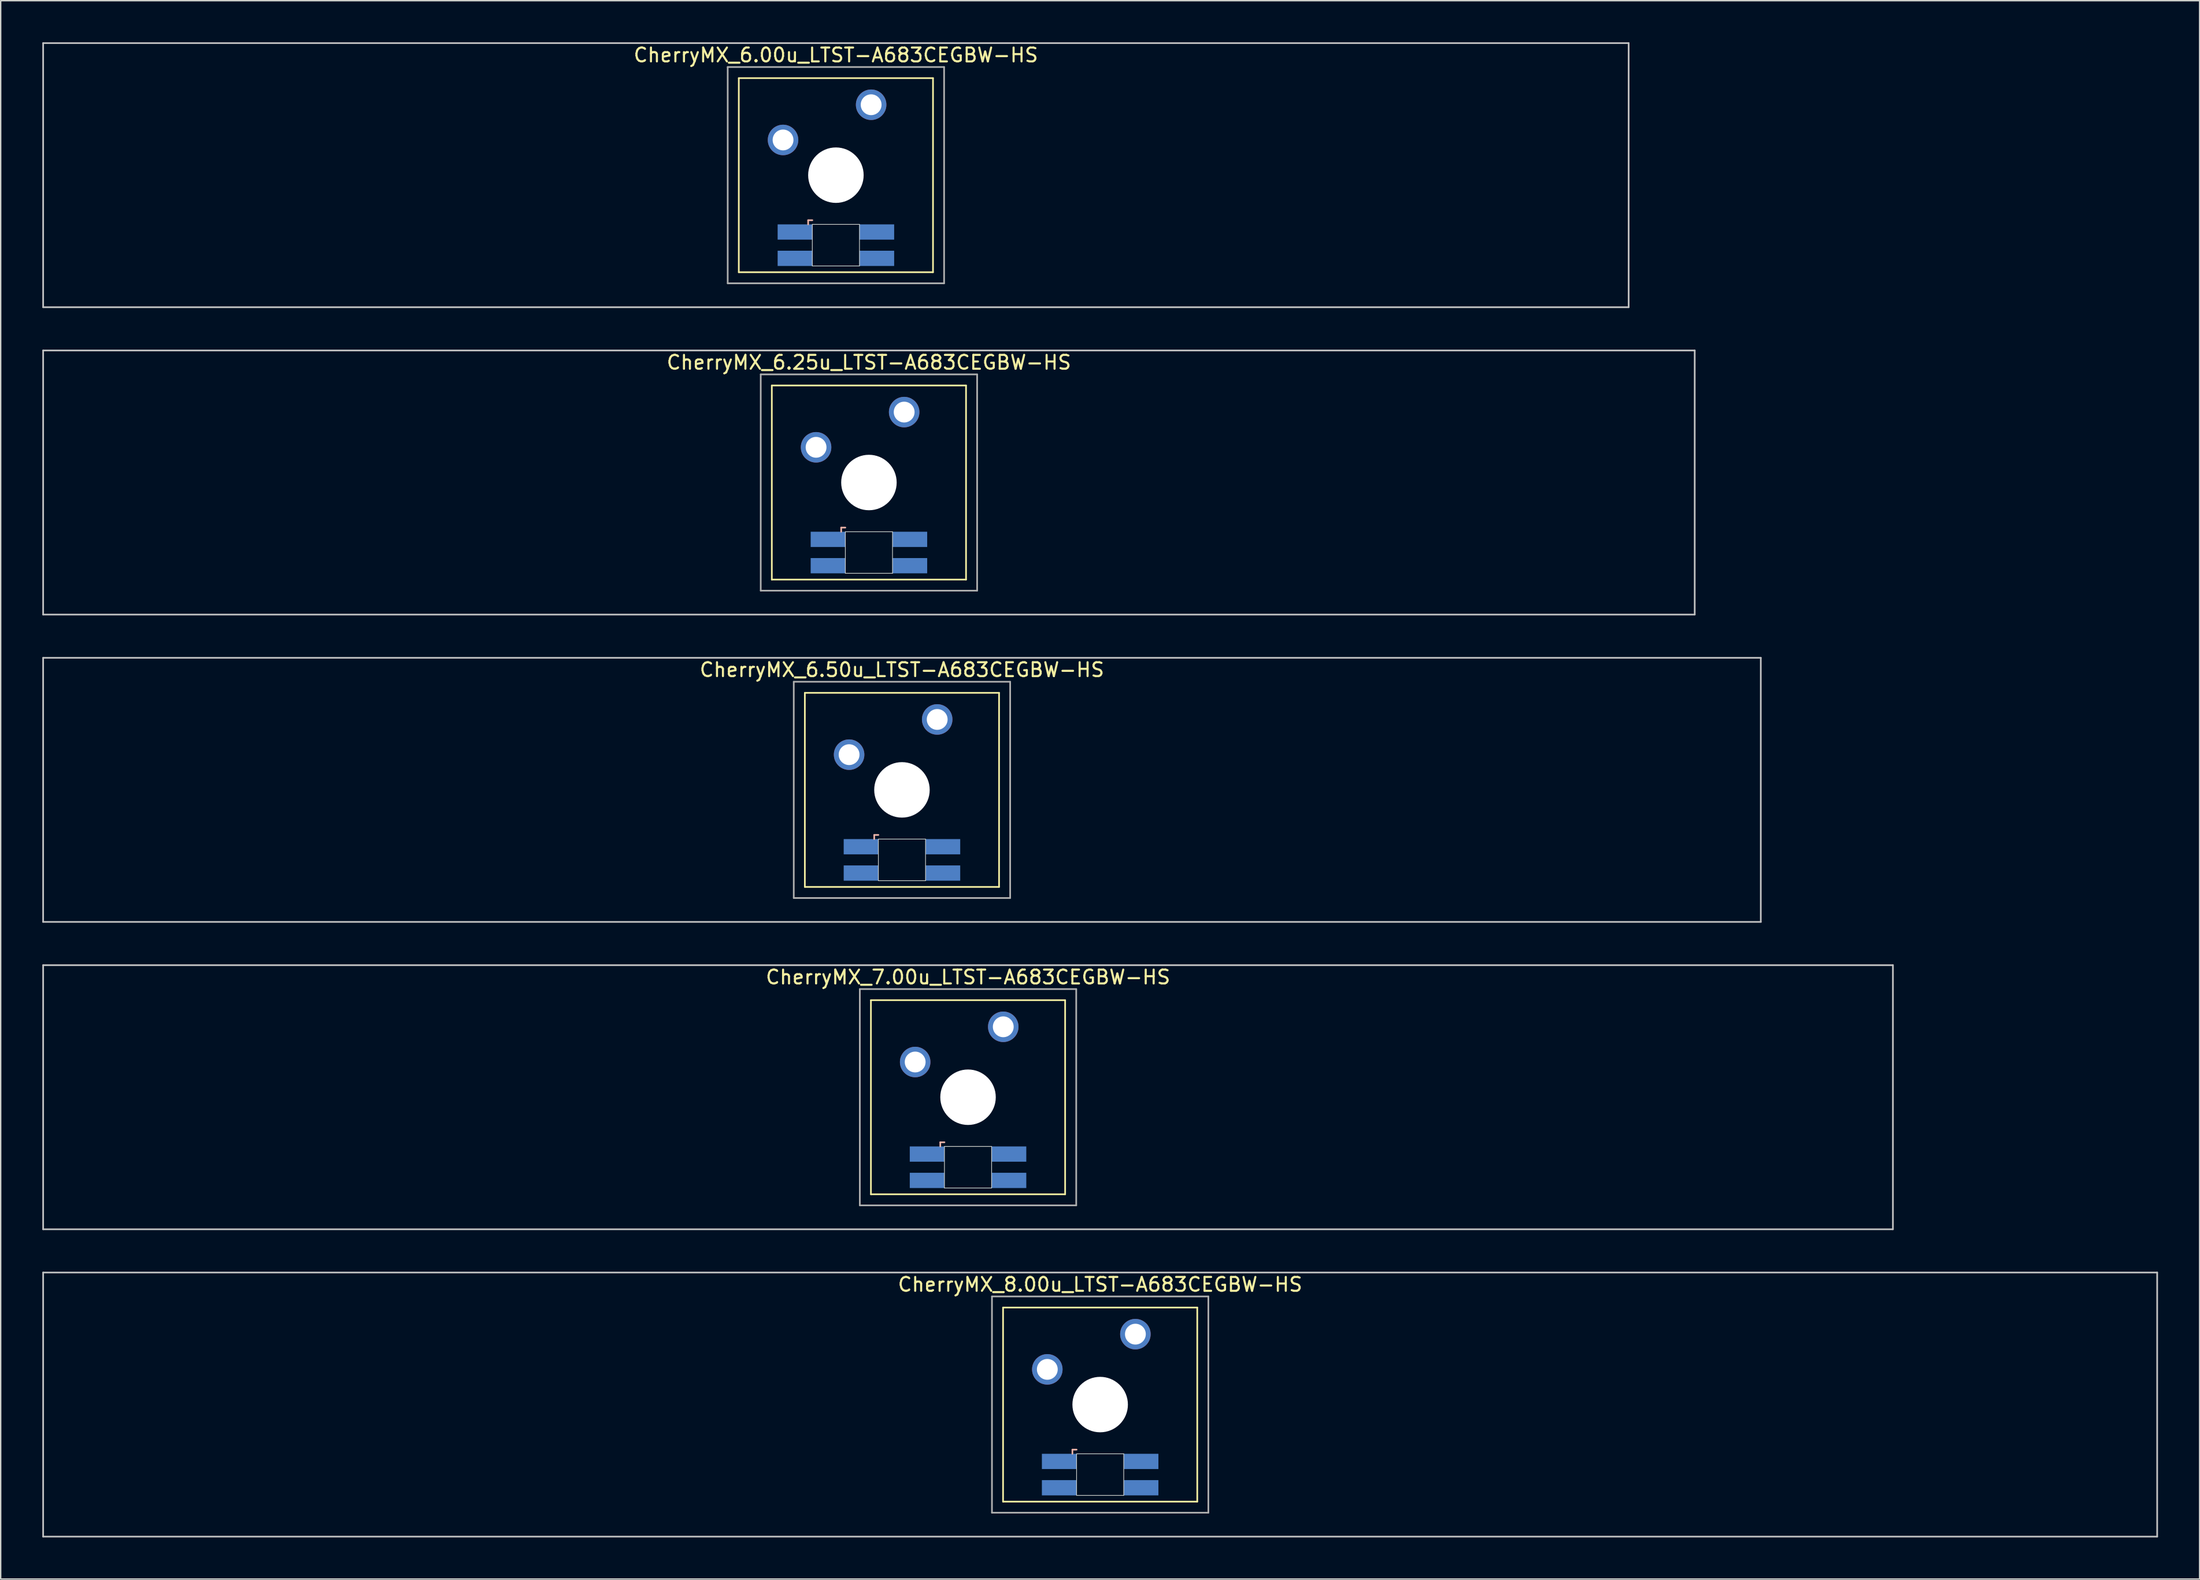
<source format=kicad_pcb>
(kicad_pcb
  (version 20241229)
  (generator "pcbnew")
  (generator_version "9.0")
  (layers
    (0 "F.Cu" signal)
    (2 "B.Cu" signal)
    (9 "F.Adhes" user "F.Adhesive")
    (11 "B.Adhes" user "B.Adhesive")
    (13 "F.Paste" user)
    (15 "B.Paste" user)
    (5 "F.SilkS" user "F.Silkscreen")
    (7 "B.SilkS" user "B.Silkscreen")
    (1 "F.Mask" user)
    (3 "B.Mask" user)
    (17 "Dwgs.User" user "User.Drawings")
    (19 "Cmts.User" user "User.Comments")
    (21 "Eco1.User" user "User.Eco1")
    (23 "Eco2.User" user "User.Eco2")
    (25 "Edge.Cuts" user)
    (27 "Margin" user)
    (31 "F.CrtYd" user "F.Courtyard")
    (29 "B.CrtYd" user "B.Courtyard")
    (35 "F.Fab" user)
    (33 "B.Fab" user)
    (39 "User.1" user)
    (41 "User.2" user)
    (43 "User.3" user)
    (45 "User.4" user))
  (footprint "CherryMX_6.00u_LTST-A683CEGBW-HS"
    (layer "F.Cu")
    (at 57.21 9.585)
    (property "Reference" "CherryMX_6.00u_LTST-A683CEGBW-HS" (at 0 -8.662 0) (layer "F.SilkS") (effects (font (size 1 1) (thickness 0.15))))
    (attr through_hole)
    (fp_line (start -7 -7) (end -7 7) (stroke (width 0.12) (type solid)) (layer "F.SilkS"))
    (fp_line (start -7 -7) (end 7 -7) (stroke (width 0.12) (type solid)) (layer "F.SilkS"))
    (fp_line (start 7 -7) (end 7 7) (stroke (width 0.12) (type solid)) (layer "F.SilkS"))
    (fp_line (start 7 7) (end -7 7) (stroke (width 0.12) (type solid)) (layer "F.SilkS"))
    (fp_line (start -2 3.25) (end -2 3.55) (stroke (width 0.12) (type solid)) (layer "B.SilkS"))
    (fp_line (start -1.7 3.25) (end -2 3.25) (stroke (width 0.12) (type solid)) (layer "B.SilkS"))
    (fp_line (start -57.15 -9.525) (end 57.15 -9.525) (stroke (width 0.12) (type solid)) (layer "Dwgs.User"))
    (fp_line (start -57.15 9.525) (end -57.15 -9.525) (stroke (width 0.12) (type solid)) (layer "Dwgs.User"))
    (fp_line (start 57.15 -9.525) (end 57.15 9.525) (stroke (width 0.12) (type solid)) (layer "Dwgs.User"))
    (fp_line (start 57.15 9.525) (end -57.15 9.525) (stroke (width 0.12) (type solid)) (layer "Dwgs.User"))
    (fp_line (start -1.7 3.55) (end 1.7 3.55) (stroke (width 0.05) (type solid)) (layer "Edge.Cuts"))
    (fp_line (start -1.7 6.55) (end -1.7 3.55) (stroke (width 0.05) (type solid)) (layer "Edge.Cuts"))
    (fp_line (start 1.7 3.55) (end 1.7 6.55) (stroke (width 0.05) (type solid)) (layer "Edge.Cuts"))
    (fp_line (start 1.7 6.55) (end -1.7 6.55) (stroke (width 0.05) (type solid)) (layer "Edge.Cuts"))
    (fp_line (start -7.8 -7.8) (end -7.8 7.8) (stroke (width 0.12) (type solid)) (layer "F.Fab"))
    (fp_line (start -7.8 -7.8) (end 7.8 -7.8) (stroke (width 0.12) (type solid)) (layer "F.Fab"))
    (fp_line (start -7.8 7.8) (end 7.8 7.8) (stroke (width 0.12) (type solid)) (layer "F.Fab"))
    (fp_line (start 7.8 -7.8) (end 7.8 7.8) (stroke (width 0.12) (type solid)) (layer "F.Fab"))
    (pad "" np_thru_hole circle (at 0 0) (size 4 4) (drill 4) (layers "*.Cu" "*.Mask"))
    (pad "1" thru_hole circle (at -3.81 -2.54) (size 2.2 2.2) (drill 1.5) (layers "*.Cu" "*.Mask"))
    (pad "2" thru_hole circle (at 2.54 -5.08) (size 2.2 2.2) (drill 1.5) (layers "*.Cu" "*.Mask"))
    (pad "3" smd rect (at -2.95 4.1) (size 2.5 1.1) (layers "B.Cu" "B.Mask" "B.Paste"))
    (pad "4" smd rect (at -2.95 6) (size 2.5 1.1) (layers "B.Cu" "B.Mask" "B.Paste"))
    (pad "5" smd rect (at 2.95 4.1) (size 2.5 1.1) (layers "B.Cu" "B.Mask" "B.Paste"))
    (pad "6" smd rect (at 2.95 6) (size 2.5 1.1) (layers "B.Cu" "B.Mask" "B.Paste")))
  (footprint "CherryMX_6.25u_LTST-A683CEGBW-HS"
    (layer "F.Cu")
    (at 59.591 31.755)
    (property "Reference" "CherryMX_6.25u_LTST-A683CEGBW-HS" (at 0 -8.662 0) (layer "F.SilkS") (effects (font (size 1 1) (thickness 0.15))))
    (attr through_hole)
    (fp_line (start -7 -7) (end -7 7) (stroke (width 0.12) (type solid)) (layer "F.SilkS"))
    (fp_line (start -7 -7) (end 7 -7) (stroke (width 0.12) (type solid)) (layer "F.SilkS"))
    (fp_line (start 7 -7) (end 7 7) (stroke (width 0.12) (type solid)) (layer "F.SilkS"))
    (fp_line (start 7 7) (end -7 7) (stroke (width 0.12) (type solid)) (layer "F.SilkS"))
    (fp_line (start -2 3.25) (end -2 3.55) (stroke (width 0.12) (type solid)) (layer "B.SilkS"))
    (fp_line (start -1.7 3.25) (end -2 3.25) (stroke (width 0.12) (type solid)) (layer "B.SilkS"))
    (fp_line (start -59.531 -9.525) (end 59.531 -9.525) (stroke (width 0.12) (type solid)) (layer "Dwgs.User"))
    (fp_line (start -59.531 9.525) (end -59.531 -9.525) (stroke (width 0.12) (type solid)) (layer "Dwgs.User"))
    (fp_line (start 59.531 -9.525) (end 59.531 9.525) (stroke (width 0.12) (type solid)) (layer "Dwgs.User"))
    (fp_line (start 59.531 9.525) (end -59.531 9.525) (stroke (width 0.12) (type solid)) (layer "Dwgs.User"))
    (fp_line (start -1.7 3.55) (end 1.7 3.55) (stroke (width 0.05) (type solid)) (layer "Edge.Cuts"))
    (fp_line (start -1.7 6.55) (end -1.7 3.55) (stroke (width 0.05) (type solid)) (layer "Edge.Cuts"))
    (fp_line (start 1.7 3.55) (end 1.7 6.55) (stroke (width 0.05) (type solid)) (layer "Edge.Cuts"))
    (fp_line (start 1.7 6.55) (end -1.7 6.55) (stroke (width 0.05) (type solid)) (layer "Edge.Cuts"))
    (fp_line (start -7.8 -7.8) (end -7.8 7.8) (stroke (width 0.12) (type solid)) (layer "F.Fab"))
    (fp_line (start -7.8 -7.8) (end 7.8 -7.8) (stroke (width 0.12) (type solid)) (layer "F.Fab"))
    (fp_line (start -7.8 7.8) (end 7.8 7.8) (stroke (width 0.12) (type solid)) (layer "F.Fab"))
    (fp_line (start 7.8 -7.8) (end 7.8 7.8) (stroke (width 0.12) (type solid)) (layer "F.Fab"))
    (pad "" np_thru_hole circle (at 0 0) (size 4 4) (drill 4) (layers "*.Cu" "*.Mask"))
    (pad "1" thru_hole circle (at -3.81 -2.54) (size 2.2 2.2) (drill 1.5) (layers "*.Cu" "*.Mask"))
    (pad "2" thru_hole circle (at 2.54 -5.08) (size 2.2 2.2) (drill 1.5) (layers "*.Cu" "*.Mask"))
    (pad "3" smd rect (at -2.95 4.1) (size 2.5 1.1) (layers "B.Cu" "B.Mask" "B.Paste"))
    (pad "4" smd rect (at -2.95 6) (size 2.5 1.1) (layers "B.Cu" "B.Mask" "B.Paste"))
    (pad "5" smd rect (at 2.95 4.1) (size 2.5 1.1) (layers "B.Cu" "B.Mask" "B.Paste"))
    (pad "6" smd rect (at 2.95 6) (size 2.5 1.1) (layers "B.Cu" "B.Mask" "B.Paste")))
  (footprint "CherryMX_8.00u_LTST-A683CEGBW-HS"
    (layer "F.Cu")
    (at 76.26 98.265)
    (property "Reference" "CherryMX_8.00u_LTST-A683CEGBW-HS" (at 0 -8.662 0) (layer "F.SilkS") (effects (font (size 1 1) (thickness 0.15))))
    (attr through_hole)
    (fp_line (start -7 -7) (end -7 7) (stroke (width 0.12) (type solid)) (layer "F.SilkS"))
    (fp_line (start -7 -7) (end 7 -7) (stroke (width 0.12) (type solid)) (layer "F.SilkS"))
    (fp_line (start 7 -7) (end 7 7) (stroke (width 0.12) (type solid)) (layer "F.SilkS"))
    (fp_line (start 7 7) (end -7 7) (stroke (width 0.12) (type solid)) (layer "F.SilkS"))
    (fp_line (start -2 3.25) (end -2 3.55) (stroke (width 0.12) (type solid)) (layer "B.SilkS"))
    (fp_line (start -1.7 3.25) (end -2 3.25) (stroke (width 0.12) (type solid)) (layer "B.SilkS"))
    (fp_line (start -76.2 -9.525) (end 76.2 -9.525) (stroke (width 0.12) (type solid)) (layer "Dwgs.User"))
    (fp_line (start -76.2 9.525) (end -76.2 -9.525) (stroke (width 0.12) (type solid)) (layer "Dwgs.User"))
    (fp_line (start 76.2 -9.525) (end 76.2 9.525) (stroke (width 0.12) (type solid)) (layer "Dwgs.User"))
    (fp_line (start 76.2 9.525) (end -76.2 9.525) (stroke (width 0.12) (type solid)) (layer "Dwgs.User"))
    (fp_line (start -1.7 3.55) (end 1.7 3.55) (stroke (width 0.05) (type solid)) (layer "Edge.Cuts"))
    (fp_line (start -1.7 6.55) (end -1.7 3.55) (stroke (width 0.05) (type solid)) (layer "Edge.Cuts"))
    (fp_line (start 1.7 3.55) (end 1.7 6.55) (stroke (width 0.05) (type solid)) (layer "Edge.Cuts"))
    (fp_line (start 1.7 6.55) (end -1.7 6.55) (stroke (width 0.05) (type solid)) (layer "Edge.Cuts"))
    (fp_line (start -7.8 -7.8) (end -7.8 7.8) (stroke (width 0.12) (type solid)) (layer "F.Fab"))
    (fp_line (start -7.8 -7.8) (end 7.8 -7.8) (stroke (width 0.12) (type solid)) (layer "F.Fab"))
    (fp_line (start -7.8 7.8) (end 7.8 7.8) (stroke (width 0.12) (type solid)) (layer "F.Fab"))
    (fp_line (start 7.8 -7.8) (end 7.8 7.8) (stroke (width 0.12) (type solid)) (layer "F.Fab"))
    (pad "" np_thru_hole circle (at 0 0) (size 4 4) (drill 4) (layers "*.Cu" "*.Mask"))
    (pad "1" thru_hole circle (at -3.81 -2.54) (size 2.2 2.2) (drill 1.5) (layers "*.Cu" "*.Mask"))
    (pad "2" thru_hole circle (at 2.54 -5.08) (size 2.2 2.2) (drill 1.5) (layers "*.Cu" "*.Mask"))
    (pad "3" smd rect (at -2.95 4.1) (size 2.5 1.1) (layers "B.Cu" "B.Mask" "B.Paste"))
    (pad "4" smd rect (at -2.95 6) (size 2.5 1.1) (layers "B.Cu" "B.Mask" "B.Paste"))
    (pad "5" smd rect (at 2.95 4.1) (size 2.5 1.1) (layers "B.Cu" "B.Mask" "B.Paste"))
    (pad "6" smd rect (at 2.95 6) (size 2.5 1.1) (layers "B.Cu" "B.Mask" "B.Paste")))
  (footprint "CherryMX_7.00u_LTST-A683CEGBW-HS"
    (layer "F.Cu")
    (at 66.735 76.095)
    (property "Reference" "CherryMX_7.00u_LTST-A683CEGBW-HS" (at 0 -8.662 0) (layer "F.SilkS") (effects (font (size 1 1) (thickness 0.15))))
    (attr through_hole)
    (fp_line (start -7 -7) (end -7 7) (stroke (width 0.12) (type solid)) (layer "F.SilkS"))
    (fp_line (start -7 -7) (end 7 -7) (stroke (width 0.12) (type solid)) (layer "F.SilkS"))
    (fp_line (start 7 -7) (end 7 7) (stroke (width 0.12) (type solid)) (layer "F.SilkS"))
    (fp_line (start 7 7) (end -7 7) (stroke (width 0.12) (type solid)) (layer "F.SilkS"))
    (fp_line (start -2 3.25) (end -2 3.55) (stroke (width 0.12) (type solid)) (layer "B.SilkS"))
    (fp_line (start -1.7 3.25) (end -2 3.25) (stroke (width 0.12) (type solid)) (layer "B.SilkS"))
    (fp_line (start -66.675 -9.525) (end 66.675 -9.525) (stroke (width 0.12) (type solid)) (layer "Dwgs.User"))
    (fp_line (start -66.675 9.525) (end -66.675 -9.525) (stroke (width 0.12) (type solid)) (layer "Dwgs.User"))
    (fp_line (start 66.675 -9.525) (end 66.675 9.525) (stroke (width 0.12) (type solid)) (layer "Dwgs.User"))
    (fp_line (start 66.675 9.525) (end -66.675 9.525) (stroke (width 0.12) (type solid)) (layer "Dwgs.User"))
    (fp_line (start -1.7 3.55) (end 1.7 3.55) (stroke (width 0.05) (type solid)) (layer "Edge.Cuts"))
    (fp_line (start -1.7 6.55) (end -1.7 3.55) (stroke (width 0.05) (type solid)) (layer "Edge.Cuts"))
    (fp_line (start 1.7 3.55) (end 1.7 6.55) (stroke (width 0.05) (type solid)) (layer "Edge.Cuts"))
    (fp_line (start 1.7 6.55) (end -1.7 6.55) (stroke (width 0.05) (type solid)) (layer "Edge.Cuts"))
    (fp_line (start -7.8 -7.8) (end -7.8 7.8) (stroke (width 0.12) (type solid)) (layer "F.Fab"))
    (fp_line (start -7.8 -7.8) (end 7.8 -7.8) (stroke (width 0.12) (type solid)) (layer "F.Fab"))
    (fp_line (start -7.8 7.8) (end 7.8 7.8) (stroke (width 0.12) (type solid)) (layer "F.Fab"))
    (fp_line (start 7.8 -7.8) (end 7.8 7.8) (stroke (width 0.12) (type solid)) (layer "F.Fab"))
    (pad "" np_thru_hole circle (at 0 0) (size 4 4) (drill 4) (layers "*.Cu" "*.Mask"))
    (pad "1" thru_hole circle (at -3.81 -2.54) (size 2.2 2.2) (drill 1.5) (layers "*.Cu" "*.Mask"))
    (pad "2" thru_hole circle (at 2.54 -5.08) (size 2.2 2.2) (drill 1.5) (layers "*.Cu" "*.Mask"))
    (pad "3" smd rect (at -2.95 4.1) (size 2.5 1.1) (layers "B.Cu" "B.Mask" "B.Paste"))
    (pad "4" smd rect (at -2.95 6) (size 2.5 1.1) (layers "B.Cu" "B.Mask" "B.Paste"))
    (pad "5" smd rect (at 2.95 4.1) (size 2.5 1.1) (layers "B.Cu" "B.Mask" "B.Paste"))
    (pad "6" smd rect (at 2.95 6) (size 2.5 1.1) (layers "B.Cu" "B.Mask" "B.Paste")))
  (footprint "CherryMX_6.50u_LTST-A683CEGBW-HS"
    (layer "F.Cu")
    (at 61.972 53.925)
    (property "Reference" "CherryMX_6.50u_LTST-A683CEGBW-HS" (at 0 -8.662 0) (layer "F.SilkS") (effects (font (size 1 1) (thickness 0.15))))
    (attr through_hole)
    (fp_line (start -7 -7) (end -7 7) (stroke (width 0.12) (type solid)) (layer "F.SilkS"))
    (fp_line (start -7 -7) (end 7 -7) (stroke (width 0.12) (type solid)) (layer "F.SilkS"))
    (fp_line (start 7 -7) (end 7 7) (stroke (width 0.12) (type solid)) (layer "F.SilkS"))
    (fp_line (start 7 7) (end -7 7) (stroke (width 0.12) (type solid)) (layer "F.SilkS"))
    (fp_line (start -2 3.25) (end -2 3.55) (stroke (width 0.12) (type solid)) (layer "B.SilkS"))
    (fp_line (start -1.7 3.25) (end -2 3.25) (stroke (width 0.12) (type solid)) (layer "B.SilkS"))
    (fp_line (start -61.913 -9.525) (end 61.913 -9.525) (stroke (width 0.12) (type solid)) (layer "Dwgs.User"))
    (fp_line (start -61.913 9.525) (end -61.913 -9.525) (stroke (width 0.12) (type solid)) (layer "Dwgs.User"))
    (fp_line (start 61.913 -9.525) (end 61.913 9.525) (stroke (width 0.12) (type solid)) (layer "Dwgs.User"))
    (fp_line (start 61.913 9.525) (end -61.913 9.525) (stroke (width 0.12) (type solid)) (layer "Dwgs.User"))
    (fp_line (start -1.7 3.55) (end 1.7 3.55) (stroke (width 0.05) (type solid)) (layer "Edge.Cuts"))
    (fp_line (start -1.7 6.55) (end -1.7 3.55) (stroke (width 0.05) (type solid)) (layer "Edge.Cuts"))
    (fp_line (start 1.7 3.55) (end 1.7 6.55) (stroke (width 0.05) (type solid)) (layer "Edge.Cuts"))
    (fp_line (start 1.7 6.55) (end -1.7 6.55) (stroke (width 0.05) (type solid)) (layer "Edge.Cuts"))
    (fp_line (start -7.8 -7.8) (end -7.8 7.8) (stroke (width 0.12) (type solid)) (layer "F.Fab"))
    (fp_line (start -7.8 -7.8) (end 7.8 -7.8) (stroke (width 0.12) (type solid)) (layer "F.Fab"))
    (fp_line (start -7.8 7.8) (end 7.8 7.8) (stroke (width 0.12) (type solid)) (layer "F.Fab"))
    (fp_line (start 7.8 -7.8) (end 7.8 7.8) (stroke (width 0.12) (type solid)) (layer "F.Fab"))
    (pad "" np_thru_hole circle (at 0 0) (size 4 4) (drill 4) (layers "*.Cu" "*.Mask"))
    (pad "1" thru_hole circle (at -3.81 -2.54) (size 2.2 2.2) (drill 1.5) (layers "*.Cu" "*.Mask"))
    (pad "2" thru_hole circle (at 2.54 -5.08) (size 2.2 2.2) (drill 1.5) (layers "*.Cu" "*.Mask"))
    (pad "3" smd rect (at -2.95 4.1) (size 2.5 1.1) (layers "B.Cu" "B.Mask" "B.Paste"))
    (pad "4" smd rect (at -2.95 6) (size 2.5 1.1) (layers "B.Cu" "B.Mask" "B.Paste"))
    (pad "5" smd rect (at 2.95 4.1) (size 2.5 1.1) (layers "B.Cu" "B.Mask" "B.Paste"))
    (pad "6" smd rect (at 2.95 6) (size 2.5 1.1) (layers "B.Cu" "B.Mask" "B.Paste")))
  (gr_rect
    (start -3 -3)
    (end 155.52 110.85)
    (stroke (width 0.1) (type default))
    (fill no)
    (layer "Edge.Cuts")))
</source>
